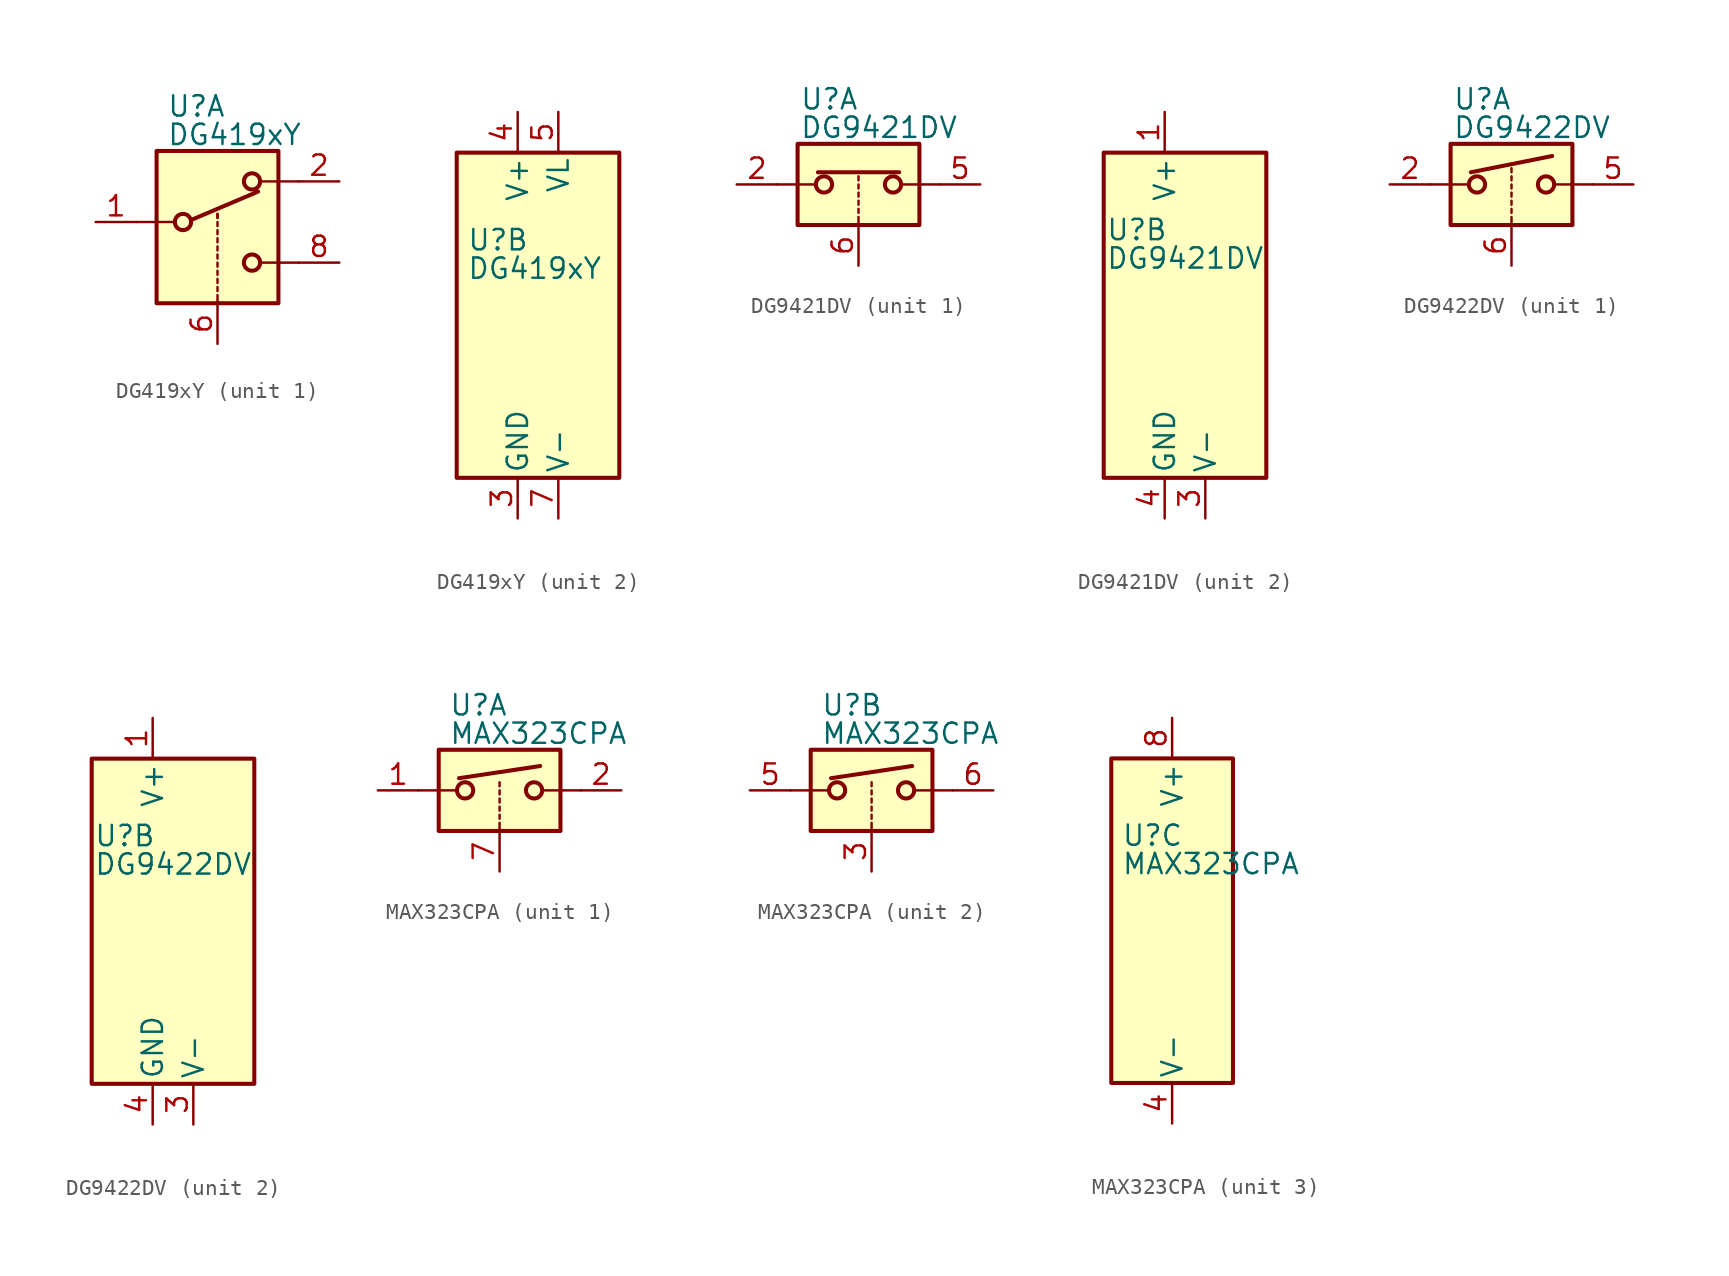
<source format=kicad_sym>
(kicad_symbol_lib
  (version 20201005)
  (generator kicad_symbol_editor)
  (symbol "Analog_Switch:DG419xY"
    (pin_names
      (offset 0.254))
    (property "Reference" "U"
      (at -3.175 4.699 0)
      (effects (font (size 1.27 1.27)) (justify left)))
    (property "Value" "DG419xY"
      (at -3.175 2.921 0)
      (effects (font (size 1.27 1.27)) (justify left)))
    (symbol "DG419xY_1_1"
      (circle (center -2.159 -2.54) (radius 0.508) (stroke (width 0.254)) (fill (type none)))
      (circle (center 2.159 -5.08) (radius 0.508) (stroke (width 0.254)) (fill (type none)))
      (circle (center 2.159 0) (radius 0.508) (stroke (width 0.254)) (fill (type none)))
      (rectangle (start -3.81 1.905) (end 3.81 -7.62) (stroke (width 0.254)) (fill (type background)))
      (polyline (pts (xy -5.08 -2.54) (xy -2.794 -2.54)) (stroke (width 0)) (fill (type none)))
      (polyline (pts (xy -1.651 -2.413) (xy 2.54 -0.635)) (stroke (width 0.254)) (fill (type none)))
      (polyline (pts (xy 0 -7.62) (xy 0 -7.112)) (stroke (width 0)) (fill (type none)))
      (polyline (pts (xy 0 -6.858) (xy 0 -6.604)) (stroke (width 0)) (fill (type none)))
      (polyline (pts (xy 0 -6.35) (xy 0 -6.096)) (stroke (width 0)) (fill (type none)))
      (polyline (pts (xy 0 -5.842) (xy 0 -5.588)) (stroke (width 0)) (fill (type none)))
      (polyline (pts (xy 0 -5.334) (xy 0 -5.08)) (stroke (width 0)) (fill (type none)))
      (polyline (pts (xy 0 -4.826) (xy 0 -4.572)) (stroke (width 0)) (fill (type none)))
      (polyline (pts (xy 0 -4.318) (xy 0 -4.064)) (stroke (width 0)) (fill (type none)))
      (polyline (pts (xy 0 -3.81) (xy 0 -3.556)) (stroke (width 0)) (fill (type none)))
      (polyline (pts (xy 0 -3.302) (xy 0 -3.048)) (stroke (width 0)) (fill (type none)))
      (polyline (pts (xy 0 -2.794) (xy 0 -2.54)) (stroke (width 0)) (fill (type none)))
      (polyline (pts (xy 0 -2.286) (xy 0 -2.032)) (stroke (width 0)) (fill (type none)))
      (polyline (pts (xy 0 -2.286) (xy 0 -2.032)) (stroke (width 0)) (fill (type none)))
      (polyline (pts (xy 5.08 -5.08) (xy 2.794 -5.08)) (stroke (width 0)) (fill (type none)))
      (polyline (pts (xy 5.08 0) (xy 2.794 0)) (stroke (width 0)) (fill (type none)))
      (pin passive line (at -7.62 -2.54 0) (length 2.54) (name "~" (effects (font (size 1.27 1.27)))) (number "1" (effects (font (size 1.27 1.27)))))
      (pin passive line (at 7.62 0 180) (length 2.54) (name "~" (effects (font (size 1.27 1.27)))) (number "2" (effects (font (size 1.27 1.27)))))
      (pin input line (at 0 -10.16 90) (length 2.54) (name "~" (effects (font (size 1.27 1.27)))) (number "6" (effects (font (size 1.27 1.27)))))
      (pin passive line (at 7.62 -5.08 180) (length 2.54) (name "~" (effects (font (size 1.27 1.27)))) (number "8" (effects (font (size 1.27 1.27))))))
    (symbol "DG419xY_2_0"
      (pin power_in line (at 0 -12.7 90) (length 2.54) (name "GND" (effects (font (size 1.27 1.27)))) (number "3" (effects (font (size 1.27 1.27)))))
      (pin power_in line (at 0 12.7 270) (length 2.54) (name "V+" (effects (font (size 1.27 1.27)))) (number "4" (effects (font (size 1.27 1.27)))))
      (pin power_in line (at 2.54 12.7 270) (length 2.54) (name "VL" (effects (font (size 1.27 1.27)))) (number "5" (effects (font (size 1.27 1.27)))))
      (pin power_in line (at 2.54 -12.7 90) (length 2.54) (name "V-" (effects (font (size 1.27 1.27)))) (number "7" (effects (font (size 1.27 1.27))))))
    (symbol "DG419xY_2_1"
      (rectangle (start -3.81 10.16) (end 6.35 -10.16) (stroke (width 0.254)) (fill (type background)))))
  (symbol "Analog_Switch:DG9421DV"
    (pin_names
      (offset 0.254))
    (property "Reference" "U"
      (at -3.683 5.334 0)
      (effects (font (size 1.27 1.27)) (justify left)))
    (property "Value" "DG9421DV"
      (at -3.683 3.556 0)
      (effects (font (size 1.27 1.27)) (justify left)))
    (symbol "DG9421DV_1_1"
      (circle (center -2.159 0) (radius 0.508) (stroke (width 0.254)) (fill (type none)))
      (circle (center 2.159 0) (radius 0.508) (stroke (width 0.254)) (fill (type none)))
      (rectangle (start -3.81 2.54) (end 3.81 -2.54) (stroke (width 0.254)) (fill (type background)))
      (polyline (pts (xy -5.08 0) (xy -2.794 0)) (stroke (width 0)) (fill (type none)))
      (polyline (pts (xy -2.54 0.762) (xy 2.54 0.762)) (stroke (width 0.254)) (fill (type none)))
      (polyline (pts (xy 0 -2.54) (xy 0 -2.032)) (stroke (width 0)) (fill (type none)))
      (polyline (pts (xy 0 -1.778) (xy 0 -1.524)) (stroke (width 0)) (fill (type none)))
      (polyline (pts (xy 0 -1.27) (xy 0 -1.016)) (stroke (width 0)) (fill (type none)))
      (polyline (pts (xy 0 -0.762) (xy 0 -0.508)) (stroke (width 0)) (fill (type none)))
      (polyline (pts (xy 0 -0.254) (xy 0 0)) (stroke (width 0)) (fill (type none)))
      (polyline (pts (xy 0 0.254) (xy 0 0.508)) (stroke (width 0)) (fill (type none)))
      (polyline (pts (xy 5.08 0) (xy 2.794 0)) (stroke (width 0)) (fill (type none)))
      (pin passive line (at -7.62 0 0) (length 2.54) (name "~" (effects (font (size 1.27 1.27)))) (number "2" (effects (font (size 1.27 1.27)))))
      (pin passive line (at 7.62 0 180) (length 2.54) (name "~" (effects (font (size 1.27 1.27)))) (number "5" (effects (font (size 1.27 1.27)))))
      (pin input line (at 0 -5.08 90) (length 2.54) (name "~" (effects (font (size 1.27 1.27)))) (number "6" (effects (font (size 1.27 1.27))))))
    (symbol "DG9421DV_2_0"
      (pin power_in line (at 0 12.7 270) (length 2.54) (name "V+" (effects (font (size 1.27 1.27)))) (number "1" (effects (font (size 1.27 1.27)))))
      (pin power_in line (at 2.54 -12.7 90) (length 2.54) (name "V-" (effects (font (size 1.27 1.27)))) (number "3" (effects (font (size 1.27 1.27)))))
      (pin power_in line (at 0 -12.7 90) (length 2.54) (name "GND" (effects (font (size 1.27 1.27)))) (number "4" (effects (font (size 1.27 1.27))))))
    (symbol "DG9421DV_2_1"
      (rectangle (start -3.81 10.16) (end 6.35 -10.16) (stroke (width 0.254)) (fill (type background)))))
  (symbol "Analog_Switch:DG9422DV"
    (pin_names
      (offset 0.254))
    (property "Reference" "U"
      (at -3.683 5.334 0)
      (effects (font (size 1.27 1.27)) (justify left)))
    (property "Value" "DG9422DV"
      (at -3.683 3.556 0)
      (effects (font (size 1.27 1.27)) (justify left)))
    (symbol "DG9422DV_1_1"
      (circle (center -2.159 0) (radius 0.508) (stroke (width 0.254)) (fill (type none)))
      (circle (center 2.159 0) (radius 0.508) (stroke (width 0.254)) (fill (type none)))
      (rectangle (start -3.81 2.54) (end 3.81 -2.54) (stroke (width 0.254)) (fill (type background)))
      (polyline (pts (xy -5.08 0) (xy -2.794 0)) (stroke (width 0)) (fill (type none)))
      (polyline (pts (xy -2.54 0.762) (xy 2.54 1.778)) (stroke (width 0.254)) (fill (type none)))
      (polyline (pts (xy 0 -2.54) (xy 0 -2.032)) (stroke (width 0)) (fill (type none)))
      (polyline (pts (xy 0 -1.778) (xy 0 -1.524)) (stroke (width 0)) (fill (type none)))
      (polyline (pts (xy 0 -1.27) (xy 0 -1.016)) (stroke (width 0)) (fill (type none)))
      (polyline (pts (xy 0 -0.762) (xy 0 -0.508)) (stroke (width 0)) (fill (type none)))
      (polyline (pts (xy 0 -0.254) (xy 0 0)) (stroke (width 0)) (fill (type none)))
      (polyline (pts (xy 0 0.254) (xy 0 0.508)) (stroke (width 0)) (fill (type none)))
      (polyline (pts (xy 0 0.762) (xy 0 1.016)) (stroke (width 0)) (fill (type none)))
      (polyline (pts (xy 5.08 0) (xy 2.794 0)) (stroke (width 0)) (fill (type none)))
      (pin passive line (at -7.62 0 0) (length 2.54) (name "~" (effects (font (size 1.27 1.27)))) (number "2" (effects (font (size 1.27 1.27)))))
      (pin passive line (at 7.62 0 180) (length 2.54) (name "~" (effects (font (size 1.27 1.27)))) (number "5" (effects (font (size 1.27 1.27)))))
      (pin input line (at 0 -5.08 90) (length 2.54) (name "~" (effects (font (size 1.27 1.27)))) (number "6" (effects (font (size 1.27 1.27))))))
    (symbol "DG9422DV_2_0"
      (pin power_in line (at 0 12.7 270) (length 2.54) (name "V+" (effects (font (size 1.27 1.27)))) (number "1" (effects (font (size 1.27 1.27)))))
      (pin power_in line (at 2.54 -12.7 90) (length 2.54) (name "V-" (effects (font (size 1.27 1.27)))) (number "3" (effects (font (size 1.27 1.27)))))
      (pin power_in line (at 0 -12.7 90) (length 2.54) (name "GND" (effects (font (size 1.27 1.27)))) (number "4" (effects (font (size 1.27 1.27))))))
    (symbol "DG9422DV_2_1"
      (rectangle (start -3.81 10.16) (end 6.35 -10.16) (stroke (width 0.254)) (fill (type background)))))
  (symbol "Analog_Switch:MAX323CPA"
    (pin_names
      (offset 0.254))
    (property "Reference" "U"
      (at -3.175 5.334 0)
      (effects (font (size 1.27 1.27)) (justify left)))
    (property "Value" "MAX323CPA"
      (at -3.175 3.556 0)
      (effects (font (size 1.27 1.27)) (justify left)))
    (symbol "MAX323CPA_1_1"
      (circle (center -2.159 0) (radius 0.508) (stroke (width 0.254)) (fill (type none)))
      (circle (center 2.159 0) (radius 0.508) (stroke (width 0.254)) (fill (type none)))
      (rectangle (start -3.81 2.54) (end 3.81 -2.54) (stroke (width 0.254)) (fill (type background)))
      (polyline (pts (xy -5.08 0) (xy -2.794 0)) (stroke (width 0)) (fill (type none)))
      (polyline (pts (xy -2.54 0.762) (xy 2.54 1.524)) (stroke (width 0.254)) (fill (type none)))
      (polyline (pts (xy 0 -2.54) (xy 0 -2.032)) (stroke (width 0)) (fill (type none)))
      (polyline (pts (xy 0 -1.778) (xy 0 -1.524)) (stroke (width 0)) (fill (type none)))
      (polyline (pts (xy 0 -1.27) (xy 0 -1.016)) (stroke (width 0)) (fill (type none)))
      (polyline (pts (xy 0 -0.762) (xy 0 -0.508)) (stroke (width 0)) (fill (type none)))
      (polyline (pts (xy 0 -0.254) (xy 0 0)) (stroke (width 0)) (fill (type none)))
      (polyline (pts (xy 0 0.254) (xy 0 0.508)) (stroke (width 0)) (fill (type none)))
      (polyline (pts (xy 5.08 0) (xy 2.794 0)) (stroke (width 0)) (fill (type none)))
      (pin passive line (at -7.62 0 0) (length 2.54) (name "~" (effects (font (size 1.27 1.27)))) (number "1" (effects (font (size 1.27 1.27)))))
      (pin passive line (at 7.62 0 180) (length 2.54) (name "~" (effects (font (size 1.27 1.27)))) (number "2" (effects (font (size 1.27 1.27)))))
      (pin input line (at 0 -5.08 90) (length 2.54) (name "~" (effects (font (size 1.27 1.27)))) (number "7" (effects (font (size 1.27 1.27))))))
    (symbol "MAX323CPA_2_1"
      (circle (center -2.159 0) (radius 0.508) (stroke (width 0.254)) (fill (type none)))
      (circle (center 2.159 0) (radius 0.508) (stroke (width 0.254)) (fill (type none)))
      (rectangle (start -3.81 2.54) (end 3.81 -2.54) (stroke (width 0.254)) (fill (type background)))
      (polyline (pts (xy -5.08 0) (xy -2.794 0)) (stroke (width 0)) (fill (type none)))
      (polyline (pts (xy -2.54 0.762) (xy 2.54 1.524)) (stroke (width 0.254)) (fill (type none)))
      (polyline (pts (xy 0 -2.54) (xy 0 -2.032)) (stroke (width 0)) (fill (type none)))
      (polyline (pts (xy 0 -1.778) (xy 0 -1.524)) (stroke (width 0)) (fill (type none)))
      (polyline (pts (xy 0 -1.27) (xy 0 -1.016)) (stroke (width 0)) (fill (type none)))
      (polyline (pts (xy 0 -0.762) (xy 0 -0.508)) (stroke (width 0)) (fill (type none)))
      (polyline (pts (xy 0 -0.254) (xy 0 0)) (stroke (width 0)) (fill (type none)))
      (polyline (pts (xy 0 0.254) (xy 0 0.508)) (stroke (width 0)) (fill (type none)))
      (polyline (pts (xy 5.08 0) (xy 2.794 0)) (stroke (width 0)) (fill (type none)))
      (pin input line (at 0 -5.08 90) (length 2.54) (name "~" (effects (font (size 1.27 1.27)))) (number "3" (effects (font (size 1.27 1.27)))))
      (pin passive line (at -7.62 0 0) (length 2.54) (name "~" (effects (font (size 1.27 1.27)))) (number "5" (effects (font (size 1.27 1.27)))))
      (pin passive line (at 7.62 0 180) (length 2.54) (name "~" (effects (font (size 1.27 1.27)))) (number "6" (effects (font (size 1.27 1.27))))))
    (symbol "MAX323CPA_3_0"
      (pin power_in line (at 0 -12.7 90) (length 2.54) (name "V-" (effects (font (size 1.27 1.27)))) (number "4" (effects (font (size 1.27 1.27)))))
      (pin power_in line (at 0 12.7 270) (length 2.54) (name "V+" (effects (font (size 1.27 1.27)))) (number "8" (effects (font (size 1.27 1.27))))))
    (symbol "MAX323CPA_3_1"
      (rectangle (start -3.81 10.16) (end 3.81 -10.16) (stroke (width 0.254)) (fill (type background))))))
</source>
